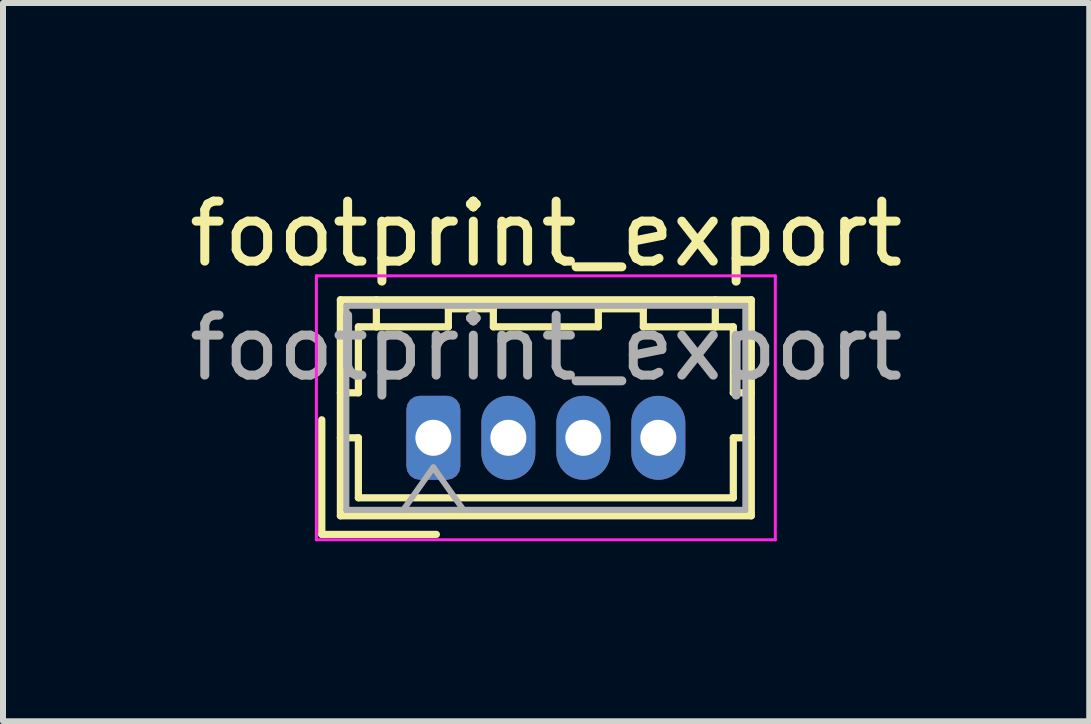
<source format=kicad_pcb>
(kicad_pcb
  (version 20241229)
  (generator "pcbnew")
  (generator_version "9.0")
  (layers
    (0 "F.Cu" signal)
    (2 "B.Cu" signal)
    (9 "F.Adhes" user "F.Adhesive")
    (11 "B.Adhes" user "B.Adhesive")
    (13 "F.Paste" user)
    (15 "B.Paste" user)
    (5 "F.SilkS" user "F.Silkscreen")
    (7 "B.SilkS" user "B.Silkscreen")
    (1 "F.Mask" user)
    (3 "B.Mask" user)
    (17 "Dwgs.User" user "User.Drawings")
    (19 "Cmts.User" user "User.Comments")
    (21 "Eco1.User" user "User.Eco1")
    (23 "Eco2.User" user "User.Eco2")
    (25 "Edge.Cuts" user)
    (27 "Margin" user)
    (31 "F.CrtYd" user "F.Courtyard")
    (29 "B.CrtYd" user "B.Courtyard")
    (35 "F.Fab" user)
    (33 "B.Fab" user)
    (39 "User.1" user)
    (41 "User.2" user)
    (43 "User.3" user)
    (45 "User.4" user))
  (footprint "footprint_export"
    (layer "F.Cu")
    (at 4.174 4.248)
    (property "Reference" "footprint_export" (at 1.88 -3.4 0) (layer "F.SilkS") (effects (font (size 1 1) (thickness 0.15))))
    (attr through_hole)
    (fp_line (start -1.86 -0.3) (end -1.86 1.61) (stroke (width 0.12) (type solid)) (layer "F.SilkS"))
    (fp_line (start -1.86 1.61) (end 0.05 1.61) (stroke (width 0.12) (type solid)) (layer "F.SilkS"))
    (fp_line (start -1.55 -2.3) (end -1.55 1.3) (stroke (width 0.12) (type solid)) (layer "F.SilkS"))
    (fp_line (start -1.55 -0.75) (end -1.25 -0.75) (stroke (width 0.12) (type solid)) (layer "F.SilkS"))
    (fp_line (start -1.55 0) (end -1.25 0) (stroke (width 0.12) (type solid)) (layer "F.SilkS"))
    (fp_line (start -1.55 1.3) (end 5.3 1.3) (stroke (width 0.12) (type solid)) (layer "F.SilkS"))
    (fp_line (start -1.25 -1.85) (end -0.95 -1.85) (stroke (width 0.12) (type solid)) (layer "F.SilkS"))
    (fp_line (start -1.25 -0.75) (end -1.25 -1.85) (stroke (width 0.12) (type solid)) (layer "F.SilkS"))
    (fp_line (start -1.25 0) (end -1.25 1) (stroke (width 0.12) (type solid)) (layer "F.SilkS"))
    (fp_line (start -1.25 1) (end 5 1) (stroke (width 0.12) (type solid)) (layer "F.SilkS"))
    (fp_line (start -0.95 -1.85) (end -0.95 -2.3) (stroke (width 0.12) (type solid)) (layer "F.SilkS"))
    (fp_line (start -0.95 -1.85) (end 0.25 -1.85) (stroke (width 0.12) (type solid)) (layer "F.SilkS"))
    (fp_line (start 0.25 -2.15) (end 1 -2.15) (stroke (width 0.12) (type solid)) (layer "F.SilkS"))
    (fp_line (start 0.25 -1.85) (end 0.25 -2.15) (stroke (width 0.12) (type solid)) (layer "F.SilkS"))
    (fp_line (start 1 -2.15) (end 1 -1.85) (stroke (width 0.12) (type solid)) (layer "F.SilkS"))
    (fp_line (start 1 -1.85) (end 2.75 -1.85) (stroke (width 0.12) (type solid)) (layer "F.SilkS"))
    (fp_line (start 2.75 -2.15) (end 3.5 -2.15) (stroke (width 0.12) (type solid)) (layer "F.SilkS"))
    (fp_line (start 2.75 -1.85) (end 2.75 -2.15) (stroke (width 0.12) (type solid)) (layer "F.SilkS"))
    (fp_line (start 3.5 -2.15) (end 3.5 -1.85) (stroke (width 0.12) (type solid)) (layer "F.SilkS"))
    (fp_line (start 3.5 -1.85) (end 4.7 -1.85) (stroke (width 0.12) (type solid)) (layer "F.SilkS"))
    (fp_line (start 4.7 -1.85) (end 4.7 -2.3) (stroke (width 0.12) (type solid)) (layer "F.SilkS"))
    (fp_line (start 5 -1.85) (end 4.7 -1.85) (stroke (width 0.12) (type solid)) (layer "F.SilkS"))
    (fp_line (start 5 -0.75) (end 5 -1.85) (stroke (width 0.12) (type solid)) (layer "F.SilkS"))
    (fp_line (start 5 0) (end 5.3 0) (stroke (width 0.12) (type solid)) (layer "F.SilkS"))
    (fp_line (start 5 1) (end 5 0) (stroke (width 0.12) (type solid)) (layer "F.SilkS"))
    (fp_line (start 5.3 -2.3) (end -1.55 -2.3) (stroke (width 0.12) (type solid)) (layer "F.SilkS"))
    (fp_line (start 5.3 -0.75) (end 5 -0.75) (stroke (width 0.12) (type solid)) (layer "F.SilkS"))
    (fp_line (start 5.3 1.3) (end 5.3 -2.3) (stroke (width 0.12) (type solid)) (layer "F.SilkS"))
    (fp_line (start -1.95 -2.7) (end -1.95 1.7) (stroke (width 0.05) (type solid)) (layer "F.CrtYd"))
    (fp_line (start -1.95 1.7) (end 5.7 1.7) (stroke (width 0.05) (type solid)) (layer "F.CrtYd"))
    (fp_line (start 5.7 -2.7) (end -1.95 -2.7) (stroke (width 0.05) (type solid)) (layer "F.CrtYd"))
    (fp_line (start 5.7 1.7) (end 5.7 -2.7) (stroke (width 0.05) (type solid)) (layer "F.CrtYd"))
    (fp_line (start -1.45 -2.2) (end -1.45 1.2) (stroke (width 0.1) (type solid)) (layer "F.Fab"))
    (fp_line (start -1.45 1.2) (end 5.2 1.2) (stroke (width 0.1) (type solid)) (layer "F.Fab"))
    (fp_line (start -0.5 1.2) (end 0 0.493) (stroke (width 0.1) (type solid)) (layer "F.Fab"))
    (fp_line (start 0 0.493) (end 0.5 1.2) (stroke (width 0.1) (type solid)) (layer "F.Fab"))
    (fp_line (start 5.2 -2.2) (end -1.45 -2.2) (stroke (width 0.1) (type solid)) (layer "F.Fab"))
    (fp_line (start 5.2 1.2) (end 5.2 -2.2) (stroke (width 0.1) (type solid)) (layer "F.Fab"))
    (fp_text user "${REFERENCE}" (at 1.88 -1.5 0) (layer "F.Fab") (effects (font (size 1 1) (thickness 0.15))))
    (pad "1" thru_hole roundrect (at 0 0) (size 0.9 1.4) (drill 0.6) (layers "*.Cu" "*.Mask") (roundrect_rratio 0.25))
    (pad "2" thru_hole oval (at 1.25 0) (size 0.9 1.4) (drill 0.6) (layers "*.Cu" "*.Mask"))
    (pad "3" thru_hole oval (at 2.5 0) (size 0.9 1.4) (drill 0.6) (layers "*.Cu" "*.Mask"))
    (pad "4" thru_hole oval (at 3.75 0) (size 0.9 1.4) (drill 0.6) (layers "*.Cu" "*.Mask")))
  (gr_rect
    (start -3 -3)
    (end 15.107 8.973)
    (stroke (width 0.1) (type default))
    (fill no)
    (layer "Edge.Cuts")))
</source>
